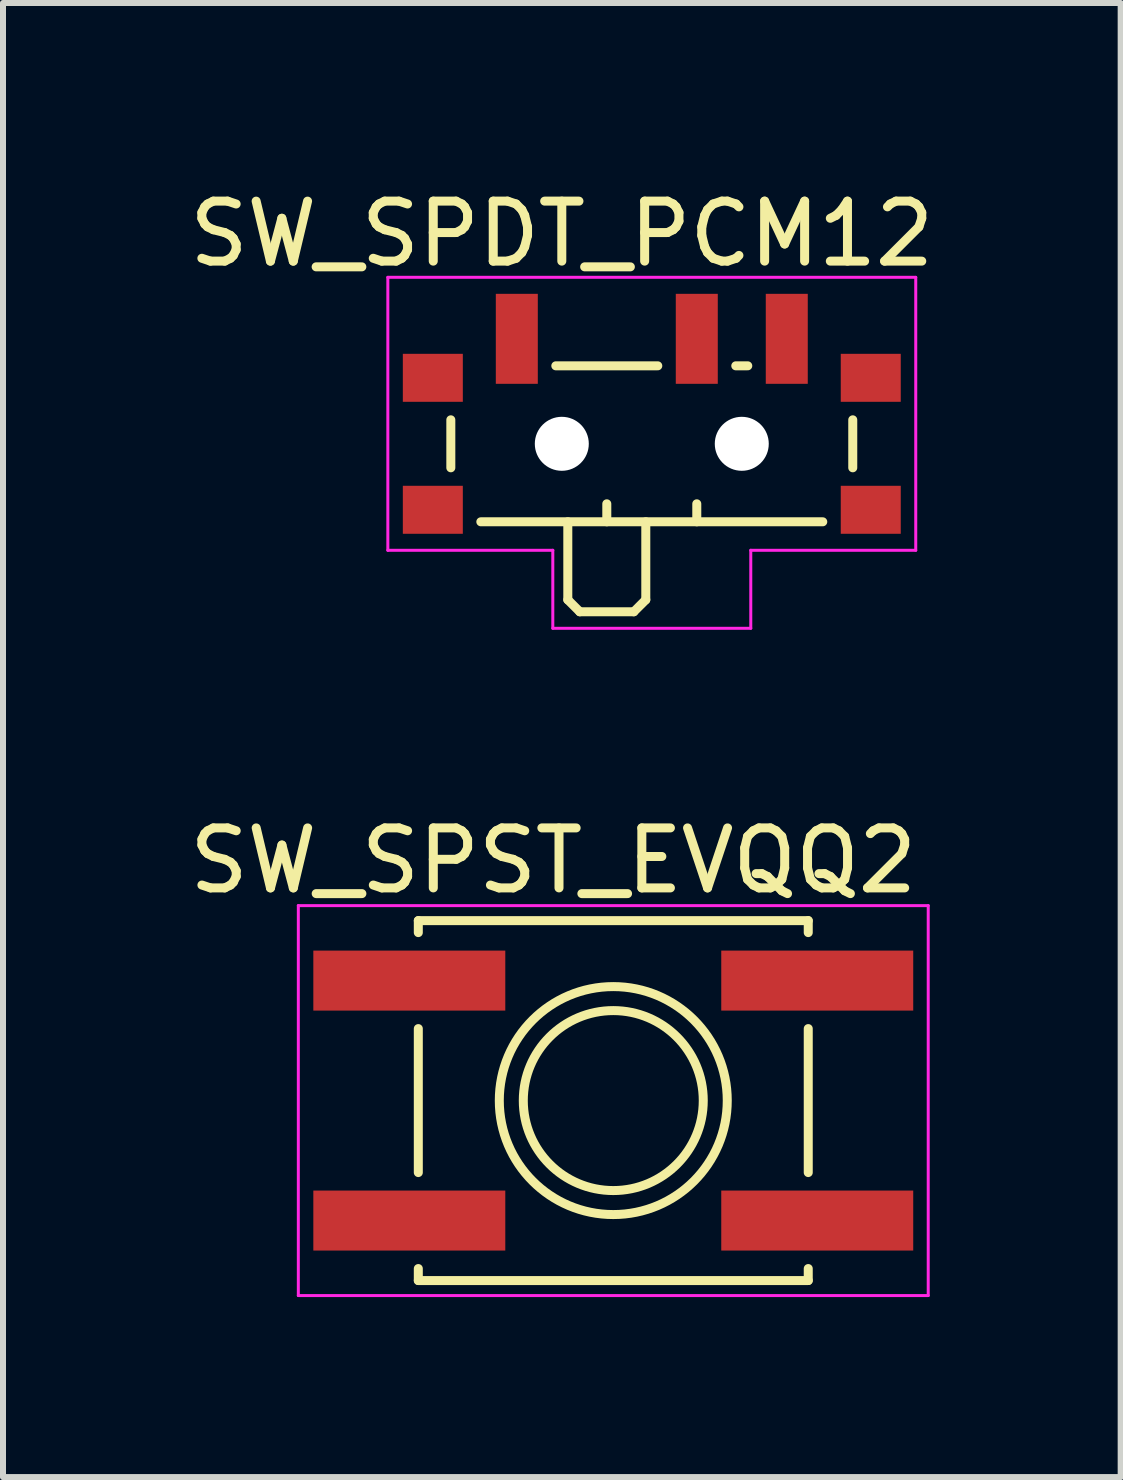
<source format=kicad_pcb>
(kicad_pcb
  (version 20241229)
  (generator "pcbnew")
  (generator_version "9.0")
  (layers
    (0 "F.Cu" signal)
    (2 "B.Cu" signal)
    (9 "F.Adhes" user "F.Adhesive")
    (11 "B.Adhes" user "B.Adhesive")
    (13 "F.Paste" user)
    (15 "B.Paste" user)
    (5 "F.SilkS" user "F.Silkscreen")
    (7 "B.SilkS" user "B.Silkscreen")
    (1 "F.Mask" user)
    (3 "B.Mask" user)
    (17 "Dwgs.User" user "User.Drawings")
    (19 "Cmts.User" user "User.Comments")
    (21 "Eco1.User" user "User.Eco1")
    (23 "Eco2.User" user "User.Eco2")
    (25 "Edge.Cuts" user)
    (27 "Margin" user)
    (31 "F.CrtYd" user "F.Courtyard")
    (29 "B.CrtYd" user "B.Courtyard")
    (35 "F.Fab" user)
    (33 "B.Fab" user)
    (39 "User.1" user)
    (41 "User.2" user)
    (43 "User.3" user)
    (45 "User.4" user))
  (footprint "SW_SPST_EVQQ2"
    (layer "F.Cu")
    (at 7.173 15.296)
    (property "Reference" "SW_SPST_EVQQ2" (at -1 -4 0) (layer "F.SilkS") (effects (font (size 1 1) (thickness 0.15))))
    (attr smd)
    (fp_line (start -3.25 -3) (end -3.25 -2.8) (stroke (width 0.15) (type solid)) (layer "F.SilkS"))
    (fp_line (start -3.25 -1.2) (end -3.25 1.2) (stroke (width 0.15) (type solid)) (layer "F.SilkS"))
    (fp_line (start -3.25 3) (end -3.25 2.8) (stroke (width 0.15) (type solid)) (layer "F.SilkS"))
    (fp_line (start -3.25 3) (end 3.25 3) (stroke (width 0.15) (type solid)) (layer "F.SilkS"))
    (fp_line (start 3.25 -3) (end -3.25 -3) (stroke (width 0.15) (type solid)) (layer "F.SilkS"))
    (fp_line (start 3.25 -3) (end 3.25 -2.8) (stroke (width 0.15) (type solid)) (layer "F.SilkS"))
    (fp_line (start 3.25 -1.2) (end 3.25 1.2) (stroke (width 0.15) (type solid)) (layer "F.SilkS"))
    (fp_line (start 3.25 3) (end 3.25 2.8) (stroke (width 0.15) (type solid)) (layer "F.SilkS"))
    (fp_circle (center 0 0) (end 1.5 0) (stroke (width 0.15) (type solid)) (fill no) (layer "F.SilkS"))
    (fp_circle (center 0 0) (end 1.9 0) (stroke (width 0.15) (type solid)) (fill no) (layer "F.SilkS"))
    (fp_line (start -5.25 -3.25) (end 5.25 -3.25) (stroke (width 0.05) (type solid)) (layer "F.CrtYd"))
    (fp_line (start -5.25 3.25) (end -5.25 -3.25) (stroke (width 0.05) (type solid)) (layer "F.CrtYd"))
    (fp_line (start 5.25 -3.25) (end 5.25 3.25) (stroke (width 0.05) (type solid)) (layer "F.CrtYd"))
    (fp_line (start 5.25 3.25) (end -5.25 3.25) (stroke (width 0.05) (type solid)) (layer "F.CrtYd"))
    (pad "1" smd rect (at -3.4 -2) (size 3.2 1) (layers "F.Cu" "F.Mask" "F.Paste"))
    (pad "1" smd rect (at 3.4 -2) (size 3.2 1) (layers "F.Cu" "F.Mask" "F.Paste"))
    (pad "2" smd rect (at -3.4 2) (size 3.2 1) (layers "F.Cu" "F.Mask" "F.Paste"))
    (pad "2" smd rect (at 3.4 2) (size 3.2 1) (layers "F.Cu" "F.Mask" "F.Paste")))
  (footprint "SW_SPDT_PCM12"
    (layer "F.Cu")
    (at 7.815 4.023)
    (property "Reference" "SW_SPDT_PCM12" (at -1.5 -3.175 0) (layer "F.SilkS") (effects (font (size 1 1) (thickness 0.15))))
    (attr smd)
    (fp_line (start -3.35 -0.075) (end -3.35 0.725) (stroke (width 0.15) (type solid)) (layer "F.SilkS"))
    (fp_line (start -2.85 1.625) (end 2.85 1.625) (stroke (width 0.15) (type solid)) (layer "F.SilkS"))
    (fp_line (start -1.6 -0.975) (end 0.1 -0.975) (stroke (width 0.15) (type solid)) (layer "F.SilkS"))
    (fp_line (start -1.4 1.625) (end -1.4 2.925) (stroke (width 0.15) (type solid)) (layer "F.SilkS"))
    (fp_line (start -1.4 2.925) (end -1.2 3.125) (stroke (width 0.15) (type solid)) (layer "F.SilkS"))
    (fp_line (start -1.2 3.125) (end -0.3 3.125) (stroke (width 0.15) (type solid)) (layer "F.SilkS"))
    (fp_line (start -0.75 1.325) (end -0.75 1.625) (stroke (width 0.15) (type solid)) (layer "F.SilkS"))
    (fp_line (start -0.1 2.925) (end -0.3 3.125) (stroke (width 0.15) (type solid)) (layer "F.SilkS"))
    (fp_line (start -0.1 2.925) (end -0.1 1.625) (stroke (width 0.15) (type solid)) (layer "F.SilkS"))
    (fp_line (start 0.75 1.325) (end 0.75 1.625) (stroke (width 0.15) (type solid)) (layer "F.SilkS"))
    (fp_line (start 1.4 -0.975) (end 1.6 -0.975) (stroke (width 0.15) (type solid)) (layer "F.SilkS"))
    (fp_line (start 3.35 0.725) (end 3.35 -0.075) (stroke (width 0.15) (type solid)) (layer "F.SilkS"))
    (fp_line (start -4.4 -2.45) (end 4.4 -2.45) (stroke (width 0.05) (type solid)) (layer "F.CrtYd"))
    (fp_line (start -4.4 2.1) (end -4.4 -2.45) (stroke (width 0.05) (type solid)) (layer "F.CrtYd"))
    (fp_line (start -1.65 2.1) (end -4.4 2.1) (stroke (width 0.05) (type solid)) (layer "F.CrtYd"))
    (fp_line (start -1.65 3.4) (end -1.65 2.1) (stroke (width 0.05) (type solid)) (layer "F.CrtYd"))
    (fp_line (start 1.65 2.1) (end 1.65 3.4) (stroke (width 0.05) (type solid)) (layer "F.CrtYd"))
    (fp_line (start 1.65 3.4) (end -1.65 3.4) (stroke (width 0.05) (type solid)) (layer "F.CrtYd"))
    (fp_line (start 4.4 -2.45) (end 4.4 2.1) (stroke (width 0.05) (type solid)) (layer "F.CrtYd"))
    (fp_line (start 4.4 2.1) (end 1.65 2.1) (stroke (width 0.05) (type solid)) (layer "F.CrtYd"))
    (pad "" smd rect (at -3.65 -0.775) (size 1 0.8) (layers "F.Cu" "F.Mask" "F.Paste"))
    (pad "" smd rect (at -3.65 1.425) (size 1 0.8) (layers "F.Cu" "F.Mask" "F.Paste"))
    (pad "" np_thru_hole circle (at -1.5 0.325) (size 0.9 0.9) (drill 0.9) (layers "*.Cu" "*.Mask"))
    (pad "" np_thru_hole circle (at 1.5 0.325) (size 0.9 0.9) (drill 0.9) (layers "*.Cu" "*.Mask"))
    (pad "" smd rect (at 3.65 -0.775) (size 1 0.8) (layers "F.Cu" "F.Mask" "F.Paste"))
    (pad "" smd rect (at 3.65 1.425) (size 1 0.8) (layers "F.Cu" "F.Mask" "F.Paste"))
    (pad "1" smd rect (at -2.25 -1.425) (size 0.7 1.5) (layers "F.Cu" "F.Mask" "F.Paste"))
    (pad "2" smd rect (at 0.75 -1.425) (size 0.7 1.5) (layers "F.Cu" "F.Mask" "F.Paste"))
    (pad "3" smd rect (at 2.25 -1.425) (size 0.7 1.5) (layers "F.Cu" "F.Mask" "F.Paste")))
  (gr_rect
    (start -3 -3)
    (end 15.631 21.572)
    (stroke (width 0.1) (type default))
    (fill no)
    (layer "Edge.Cuts")))
</source>
